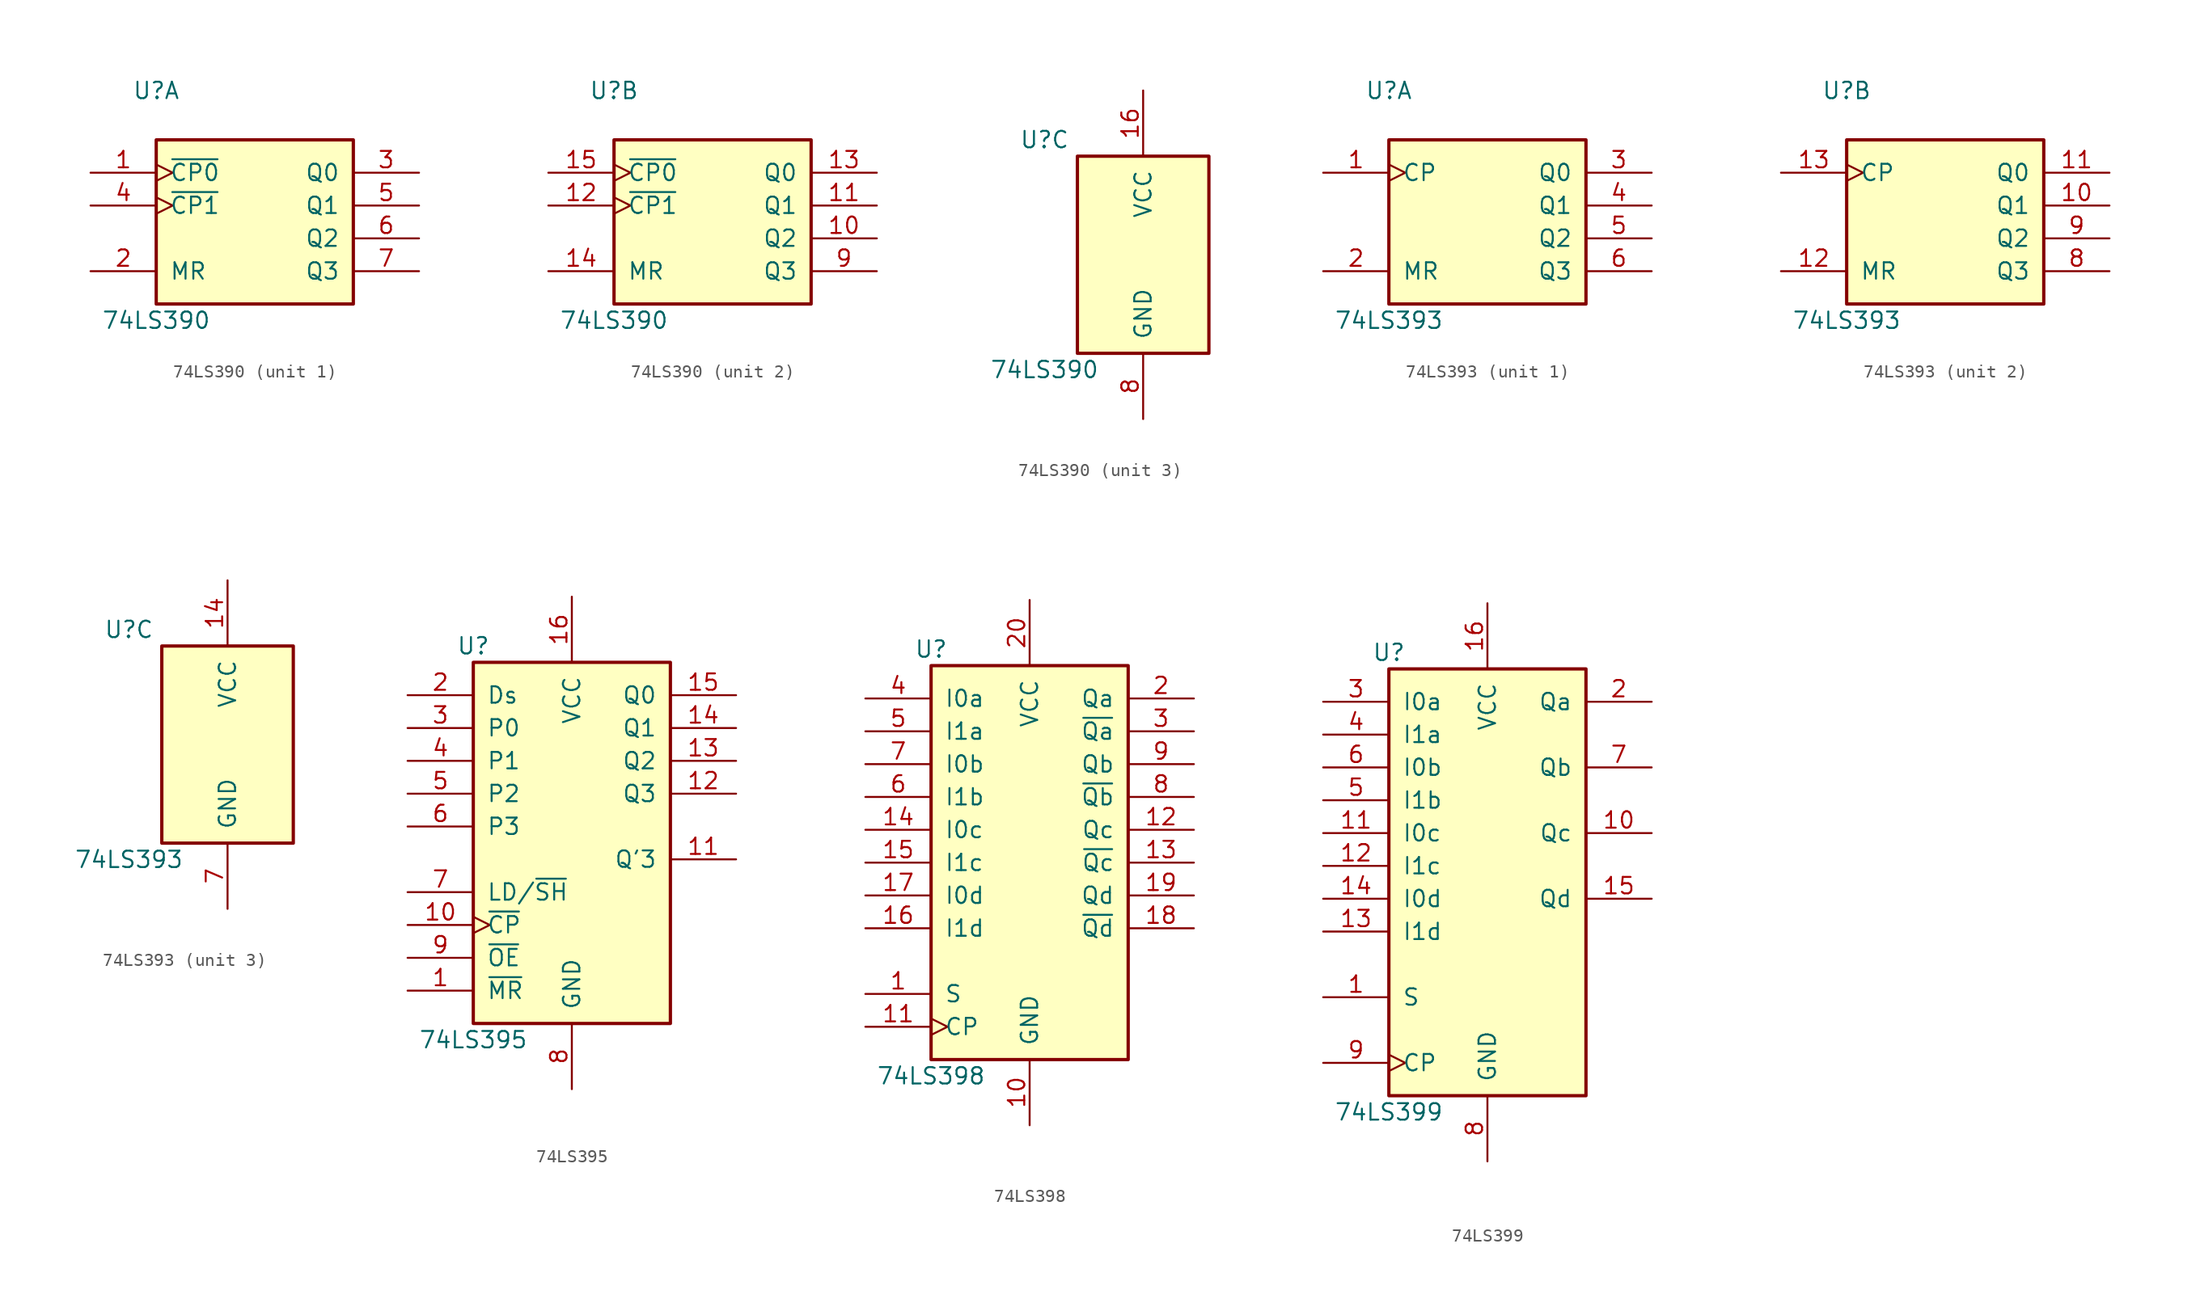
<source format=kicad_sym>
(kicad_symbol_lib
  (version 20201005)
  (generator kicad_symbol_editor)
  (symbol "74LS390"
    (pin_names
      (offset 1.016))
    (property "Reference" "U"
      (at -7.62 8.89 0)
      (effects (font (size 1.27 1.27))))
    (property "Value" "74LS390"
      (at -7.62 -8.89 0)
      (effects (font (size 1.27 1.27))))
    (property "ki_locked" ""
      (at 0 0 0)
      (effects (font (size 1.27 1.27))))
    (symbol "74LS390_1_0"
      (pin input clock (at -12.7 2.54 0) (length 5.08) (name "~CP0" (effects (font (size 1.27 1.27)))) (number "1" (effects (font (size 1.27 1.27)))))
      (pin input line (at -12.7 -5.08 0) (length 5.08) (name "MR" (effects (font (size 1.27 1.27)))) (number "2" (effects (font (size 1.27 1.27)))))
      (pin output line (at 12.7 2.54 180) (length 5.08) (name "Q0" (effects (font (size 1.27 1.27)))) (number "3" (effects (font (size 1.27 1.27)))))
      (pin input clock (at -12.7 0 0) (length 5.08) (name "~CP1" (effects (font (size 1.27 1.27)))) (number "4" (effects (font (size 1.27 1.27)))))
      (pin output line (at 12.7 0 180) (length 5.08) (name "Q1" (effects (font (size 1.27 1.27)))) (number "5" (effects (font (size 1.27 1.27)))))
      (pin output line (at 12.7 -2.54 180) (length 5.08) (name "Q2" (effects (font (size 1.27 1.27)))) (number "6" (effects (font (size 1.27 1.27)))))
      (pin output line (at 12.7 -5.08 180) (length 5.08) (name "Q3" (effects (font (size 1.27 1.27)))) (number "7" (effects (font (size 1.27 1.27))))))
    (symbol "74LS390_1_1"
      (rectangle (start -7.62 5.08) (end 7.62 -7.62) (stroke (width 0.254)) (fill (type background))))
    (symbol "74LS390_2_0"
      (pin output line (at 12.7 -2.54 180) (length 5.08) (name "Q2" (effects (font (size 1.27 1.27)))) (number "10" (effects (font (size 1.27 1.27)))))
      (pin output line (at 12.7 0 180) (length 5.08) (name "Q1" (effects (font (size 1.27 1.27)))) (number "11" (effects (font (size 1.27 1.27)))))
      (pin input clock (at -12.7 0 0) (length 5.08) (name "~CP1" (effects (font (size 1.27 1.27)))) (number "12" (effects (font (size 1.27 1.27)))))
      (pin output line (at 12.7 2.54 180) (length 5.08) (name "Q0" (effects (font (size 1.27 1.27)))) (number "13" (effects (font (size 1.27 1.27)))))
      (pin input line (at -12.7 -5.08 0) (length 5.08) (name "MR" (effects (font (size 1.27 1.27)))) (number "14" (effects (font (size 1.27 1.27)))))
      (pin input clock (at -12.7 2.54 0) (length 5.08) (name "~CP0" (effects (font (size 1.27 1.27)))) (number "15" (effects (font (size 1.27 1.27)))))
      (pin output line (at 12.7 -5.08 180) (length 5.08) (name "Q3" (effects (font (size 1.27 1.27)))) (number "9" (effects (font (size 1.27 1.27))))))
    (symbol "74LS390_2_1"
      (rectangle (start -7.62 5.08) (end 7.62 -7.62) (stroke (width 0.254)) (fill (type background))))
    (symbol "74LS390_3_0"
      (pin power_in line (at 0 12.7 270) (length 5.08) (name "VCC" (effects (font (size 1.27 1.27)))) (number "16" (effects (font (size 1.27 1.27)))))
      (pin power_in line (at 0 -12.7 90) (length 5.08) (name "GND" (effects (font (size 1.27 1.27)))) (number "8" (effects (font (size 1.27 1.27))))))
    (symbol "74LS390_3_1"
      (rectangle (start -5.08 7.62) (end 5.08 -7.62) (stroke (width 0.254)) (fill (type background)))))
  (symbol "74LS393"
    (pin_names
      (offset 1.016))
    (property "Reference" "U"
      (at -7.62 8.89 0)
      (effects (font (size 1.27 1.27))))
    (property "Value" "74LS393"
      (at -7.62 -8.89 0)
      (effects (font (size 1.27 1.27))))
    (property "ki_locked" ""
      (at 0 0 0)
      (effects (font (size 1.27 1.27))))
    (symbol "74LS393_1_0"
      (pin input clock (at -12.7 2.54 0) (length 5.08) (name "CP" (effects (font (size 1.27 1.27)))) (number "1" (effects (font (size 1.27 1.27)))))
      (pin input line (at -12.7 -5.08 0) (length 5.08) (name "MR" (effects (font (size 1.27 1.27)))) (number "2" (effects (font (size 1.27 1.27)))))
      (pin output line (at 12.7 2.54 180) (length 5.08) (name "Q0" (effects (font (size 1.27 1.27)))) (number "3" (effects (font (size 1.27 1.27)))))
      (pin output line (at 12.7 0 180) (length 5.08) (name "Q1" (effects (font (size 1.27 1.27)))) (number "4" (effects (font (size 1.27 1.27)))))
      (pin output line (at 12.7 -2.54 180) (length 5.08) (name "Q2" (effects (font (size 1.27 1.27)))) (number "5" (effects (font (size 1.27 1.27)))))
      (pin output line (at 12.7 -5.08 180) (length 5.08) (name "Q3" (effects (font (size 1.27 1.27)))) (number "6" (effects (font (size 1.27 1.27))))))
    (symbol "74LS393_1_1"
      (rectangle (start -7.62 5.08) (end 7.62 -7.62) (stroke (width 0.254)) (fill (type background))))
    (symbol "74LS393_2_0"
      (pin output line (at 12.7 0 180) (length 5.08) (name "Q1" (effects (font (size 1.27 1.27)))) (number "10" (effects (font (size 1.27 1.27)))))
      (pin output line (at 12.7 2.54 180) (length 5.08) (name "Q0" (effects (font (size 1.27 1.27)))) (number "11" (effects (font (size 1.27 1.27)))))
      (pin input line (at -12.7 -5.08 0) (length 5.08) (name "MR" (effects (font (size 1.27 1.27)))) (number "12" (effects (font (size 1.27 1.27)))))
      (pin input clock (at -12.7 2.54 0) (length 5.08) (name "CP" (effects (font (size 1.27 1.27)))) (number "13" (effects (font (size 1.27 1.27)))))
      (pin output line (at 12.7 -5.08 180) (length 5.08) (name "Q3" (effects (font (size 1.27 1.27)))) (number "8" (effects (font (size 1.27 1.27)))))
      (pin output line (at 12.7 -2.54 180) (length 5.08) (name "Q2" (effects (font (size 1.27 1.27)))) (number "9" (effects (font (size 1.27 1.27))))))
    (symbol "74LS393_2_1"
      (rectangle (start -7.62 5.08) (end 7.62 -7.62) (stroke (width 0.254)) (fill (type background))))
    (symbol "74LS393_3_0"
      (pin power_in line (at 0 12.7 270) (length 5.08) (name "VCC" (effects (font (size 1.27 1.27)))) (number "14" (effects (font (size 1.27 1.27)))))
      (pin power_in line (at 0 -12.7 90) (length 5.08) (name "GND" (effects (font (size 1.27 1.27)))) (number "7" (effects (font (size 1.27 1.27))))))
    (symbol "74LS393_3_1"
      (rectangle (start -5.08 7.62) (end 5.08 -7.62) (stroke (width 0.254)) (fill (type background)))))
  (symbol "74LS395"
    (pin_names
      (offset 1.016))
    (property "Reference" "U"
      (at -7.62 13.97 0)
      (effects (font (size 1.27 1.27))))
    (property "Value" "74LS395"
      (at -7.62 -16.51 0)
      (effects (font (size 1.27 1.27))))
    (property "ki_locked" ""
      (at 0 0 0)
      (effects (font (size 1.27 1.27))))
    (symbol "74LS395_1_0"
      (pin input line (at -12.7 -12.7 0) (length 5.08) (name "~MR" (effects (font (size 1.27 1.27)))) (number "1" (effects (font (size 1.27 1.27)))))
      (pin input clock (at -12.7 -7.62 0) (length 5.08) (name "~CP" (effects (font (size 1.27 1.27)))) (number "10" (effects (font (size 1.27 1.27)))))
      (pin output line (at 12.7 -2.54 180) (length 5.08) (name "Q'3" (effects (font (size 1.27 1.27)))) (number "11" (effects (font (size 1.27 1.27)))))
      (pin tri_state line (at 12.7 2.54 180) (length 5.08) (name "Q3" (effects (font (size 1.27 1.27)))) (number "12" (effects (font (size 1.27 1.27)))))
      (pin tri_state line (at 12.7 5.08 180) (length 5.08) (name "Q2" (effects (font (size 1.27 1.27)))) (number "13" (effects (font (size 1.27 1.27)))))
      (pin tri_state line (at 12.7 7.62 180) (length 5.08) (name "Q1" (effects (font (size 1.27 1.27)))) (number "14" (effects (font (size 1.27 1.27)))))
      (pin tri_state line (at 12.7 10.16 180) (length 5.08) (name "Q0" (effects (font (size 1.27 1.27)))) (number "15" (effects (font (size 1.27 1.27)))))
      (pin power_in line (at 0 17.78 270) (length 5.08) (name "VCC" (effects (font (size 1.27 1.27)))) (number "16" (effects (font (size 1.27 1.27)))))
      (pin input line (at -12.7 10.16 0) (length 5.08) (name "Ds" (effects (font (size 1.27 1.27)))) (number "2" (effects (font (size 1.27 1.27)))))
      (pin input line (at -12.7 7.62 0) (length 5.08) (name "P0" (effects (font (size 1.27 1.27)))) (number "3" (effects (font (size 1.27 1.27)))))
      (pin input line (at -12.7 5.08 0) (length 5.08) (name "P1" (effects (font (size 1.27 1.27)))) (number "4" (effects (font (size 1.27 1.27)))))
      (pin input line (at -12.7 2.54 0) (length 5.08) (name "P2" (effects (font (size 1.27 1.27)))) (number "5" (effects (font (size 1.27 1.27)))))
      (pin input line (at -12.7 0 0) (length 5.08) (name "P3" (effects (font (size 1.27 1.27)))) (number "6" (effects (font (size 1.27 1.27)))))
      (pin input line (at -12.7 -5.08 0) (length 5.08) (name "LD/~SH" (effects (font (size 1.27 1.27)))) (number "7" (effects (font (size 1.27 1.27)))))
      (pin power_in line (at 0 -20.32 90) (length 5.08) (name "GND" (effects (font (size 1.27 1.27)))) (number "8" (effects (font (size 1.27 1.27)))))
      (pin input line (at -12.7 -10.16 0) (length 5.08) (name "~OE" (effects (font (size 1.27 1.27)))) (number "9" (effects (font (size 1.27 1.27))))))
    (symbol "74LS395_1_1"
      (rectangle (start -7.62 12.7) (end 7.62 -15.24) (stroke (width 0.254)) (fill (type background)))))
  (symbol "74LS398"
    (pin_names
      (offset 1.016))
    (property "Reference" "U"
      (at -7.62 16.51 0)
      (effects (font (size 1.27 1.27))))
    (property "Value" "74LS398"
      (at -7.62 -16.51 0)
      (effects (font (size 1.27 1.27))))
    (property "ki_locked" ""
      (at 0 0 0)
      (effects (font (size 1.27 1.27))))
    (symbol "74LS398_1_0"
      (pin input line (at -12.7 -10.16 0) (length 5.08) (name "S" (effects (font (size 1.27 1.27)))) (number "1" (effects (font (size 1.27 1.27)))))
      (pin power_in line (at 0 -20.32 90) (length 5.08) (name "GND" (effects (font (size 1.27 1.27)))) (number "10" (effects (font (size 1.27 1.27)))))
      (pin input clock (at -12.7 -12.7 0) (length 5.08) (name "CP" (effects (font (size 1.27 1.27)))) (number "11" (effects (font (size 1.27 1.27)))))
      (pin output line (at 12.7 2.54 180) (length 5.08) (name "Qc" (effects (font (size 1.27 1.27)))) (number "12" (effects (font (size 1.27 1.27)))))
      (pin output line (at 12.7 0 180) (length 5.08) (name "~Qc" (effects (font (size 1.27 1.27)))) (number "13" (effects (font (size 1.27 1.27)))))
      (pin input line (at -12.7 2.54 0) (length 5.08) (name "I0c" (effects (font (size 1.27 1.27)))) (number "14" (effects (font (size 1.27 1.27)))))
      (pin input line (at -12.7 0 0) (length 5.08) (name "I1c" (effects (font (size 1.27 1.27)))) (number "15" (effects (font (size 1.27 1.27)))))
      (pin input line (at -12.7 -5.08 0) (length 5.08) (name "I1d" (effects (font (size 1.27 1.27)))) (number "16" (effects (font (size 1.27 1.27)))))
      (pin input line (at -12.7 -2.54 0) (length 5.08) (name "I0d" (effects (font (size 1.27 1.27)))) (number "17" (effects (font (size 1.27 1.27)))))
      (pin output line (at 12.7 -5.08 180) (length 5.08) (name "~Qd" (effects (font (size 1.27 1.27)))) (number "18" (effects (font (size 1.27 1.27)))))
      (pin output line (at 12.7 -2.54 180) (length 5.08) (name "Qd" (effects (font (size 1.27 1.27)))) (number "19" (effects (font (size 1.27 1.27)))))
      (pin output line (at 12.7 12.7 180) (length 5.08) (name "Qa" (effects (font (size 1.27 1.27)))) (number "2" (effects (font (size 1.27 1.27)))))
      (pin power_in line (at 0 20.32 270) (length 5.08) (name "VCC" (effects (font (size 1.27 1.27)))) (number "20" (effects (font (size 1.27 1.27)))))
      (pin output line (at 12.7 10.16 180) (length 5.08) (name "~Qa" (effects (font (size 1.27 1.27)))) (number "3" (effects (font (size 1.27 1.27)))))
      (pin input line (at -12.7 12.7 0) (length 5.08) (name "I0a" (effects (font (size 1.27 1.27)))) (number "4" (effects (font (size 1.27 1.27)))))
      (pin input line (at -12.7 10.16 0) (length 5.08) (name "I1a" (effects (font (size 1.27 1.27)))) (number "5" (effects (font (size 1.27 1.27)))))
      (pin input line (at -12.7 5.08 0) (length 5.08) (name "I1b" (effects (font (size 1.27 1.27)))) (number "6" (effects (font (size 1.27 1.27)))))
      (pin input line (at -12.7 7.62 0) (length 5.08) (name "I0b" (effects (font (size 1.27 1.27)))) (number "7" (effects (font (size 1.27 1.27)))))
      (pin output line (at 12.7 5.08 180) (length 5.08) (name "~Qb" (effects (font (size 1.27 1.27)))) (number "8" (effects (font (size 1.27 1.27)))))
      (pin output line (at 12.7 7.62 180) (length 5.08) (name "Qb" (effects (font (size 1.27 1.27)))) (number "9" (effects (font (size 1.27 1.27))))))
    (symbol "74LS398_1_1"
      (rectangle (start -7.62 15.24) (end 7.62 -15.24) (stroke (width 0.254)) (fill (type background)))))
  (symbol "74LS399"
    (pin_names
      (offset 1.016))
    (property "Reference" "U"
      (at -7.62 16.51 0)
      (effects (font (size 1.27 1.27))))
    (property "Value" "74LS399"
      (at -7.62 -19.05 0)
      (effects (font (size 1.27 1.27))))
    (property "ki_locked" ""
      (at 0 0 0)
      (effects (font (size 1.27 1.27))))
    (symbol "74LS399_1_0"
      (pin input line (at -12.7 -10.16 0) (length 5.08) (name "S" (effects (font (size 1.27 1.27)))) (number "1" (effects (font (size 1.27 1.27)))))
      (pin output line (at 12.7 2.54 180) (length 5.08) (name "Qc" (effects (font (size 1.27 1.27)))) (number "10" (effects (font (size 1.27 1.27)))))
      (pin input line (at -12.7 2.54 0) (length 5.08) (name "I0c" (effects (font (size 1.27 1.27)))) (number "11" (effects (font (size 1.27 1.27)))))
      (pin input line (at -12.7 0 0) (length 5.08) (name "I1c" (effects (font (size 1.27 1.27)))) (number "12" (effects (font (size 1.27 1.27)))))
      (pin input line (at -12.7 -5.08 0) (length 5.08) (name "I1d" (effects (font (size 1.27 1.27)))) (number "13" (effects (font (size 1.27 1.27)))))
      (pin input line (at -12.7 -2.54 0) (length 5.08) (name "I0d" (effects (font (size 1.27 1.27)))) (number "14" (effects (font (size 1.27 1.27)))))
      (pin output line (at 12.7 -2.54 180) (length 5.08) (name "Qd" (effects (font (size 1.27 1.27)))) (number "15" (effects (font (size 1.27 1.27)))))
      (pin power_in line (at 0 20.32 270) (length 5.08) (name "VCC" (effects (font (size 1.27 1.27)))) (number "16" (effects (font (size 1.27 1.27)))))
      (pin output line (at 12.7 12.7 180) (length 5.08) (name "Qa" (effects (font (size 1.27 1.27)))) (number "2" (effects (font (size 1.27 1.27)))))
      (pin input line (at -12.7 12.7 0) (length 5.08) (name "I0a" (effects (font (size 1.27 1.27)))) (number "3" (effects (font (size 1.27 1.27)))))
      (pin input line (at -12.7 10.16 0) (length 5.08) (name "I1a" (effects (font (size 1.27 1.27)))) (number "4" (effects (font (size 1.27 1.27)))))
      (pin input line (at -12.7 5.08 0) (length 5.08) (name "I1b" (effects (font (size 1.27 1.27)))) (number "5" (effects (font (size 1.27 1.27)))))
      (pin input line (at -12.7 7.62 0) (length 5.08) (name "I0b" (effects (font (size 1.27 1.27)))) (number "6" (effects (font (size 1.27 1.27)))))
      (pin output line (at 12.7 7.62 180) (length 5.08) (name "Qb" (effects (font (size 1.27 1.27)))) (number "7" (effects (font (size 1.27 1.27)))))
      (pin power_in line (at 0 -22.86 90) (length 5.08) (name "GND" (effects (font (size 1.27 1.27)))) (number "8" (effects (font (size 1.27 1.27)))))
      (pin input clock (at -12.7 -15.24 0) (length 5.08) (name "CP" (effects (font (size 1.27 1.27)))) (number "9" (effects (font (size 1.27 1.27))))))
    (symbol "74LS399_1_1"
      (rectangle (start -7.62 15.24) (end 7.62 -17.78) (stroke (width 0.254)) (fill (type background))))))
</source>
